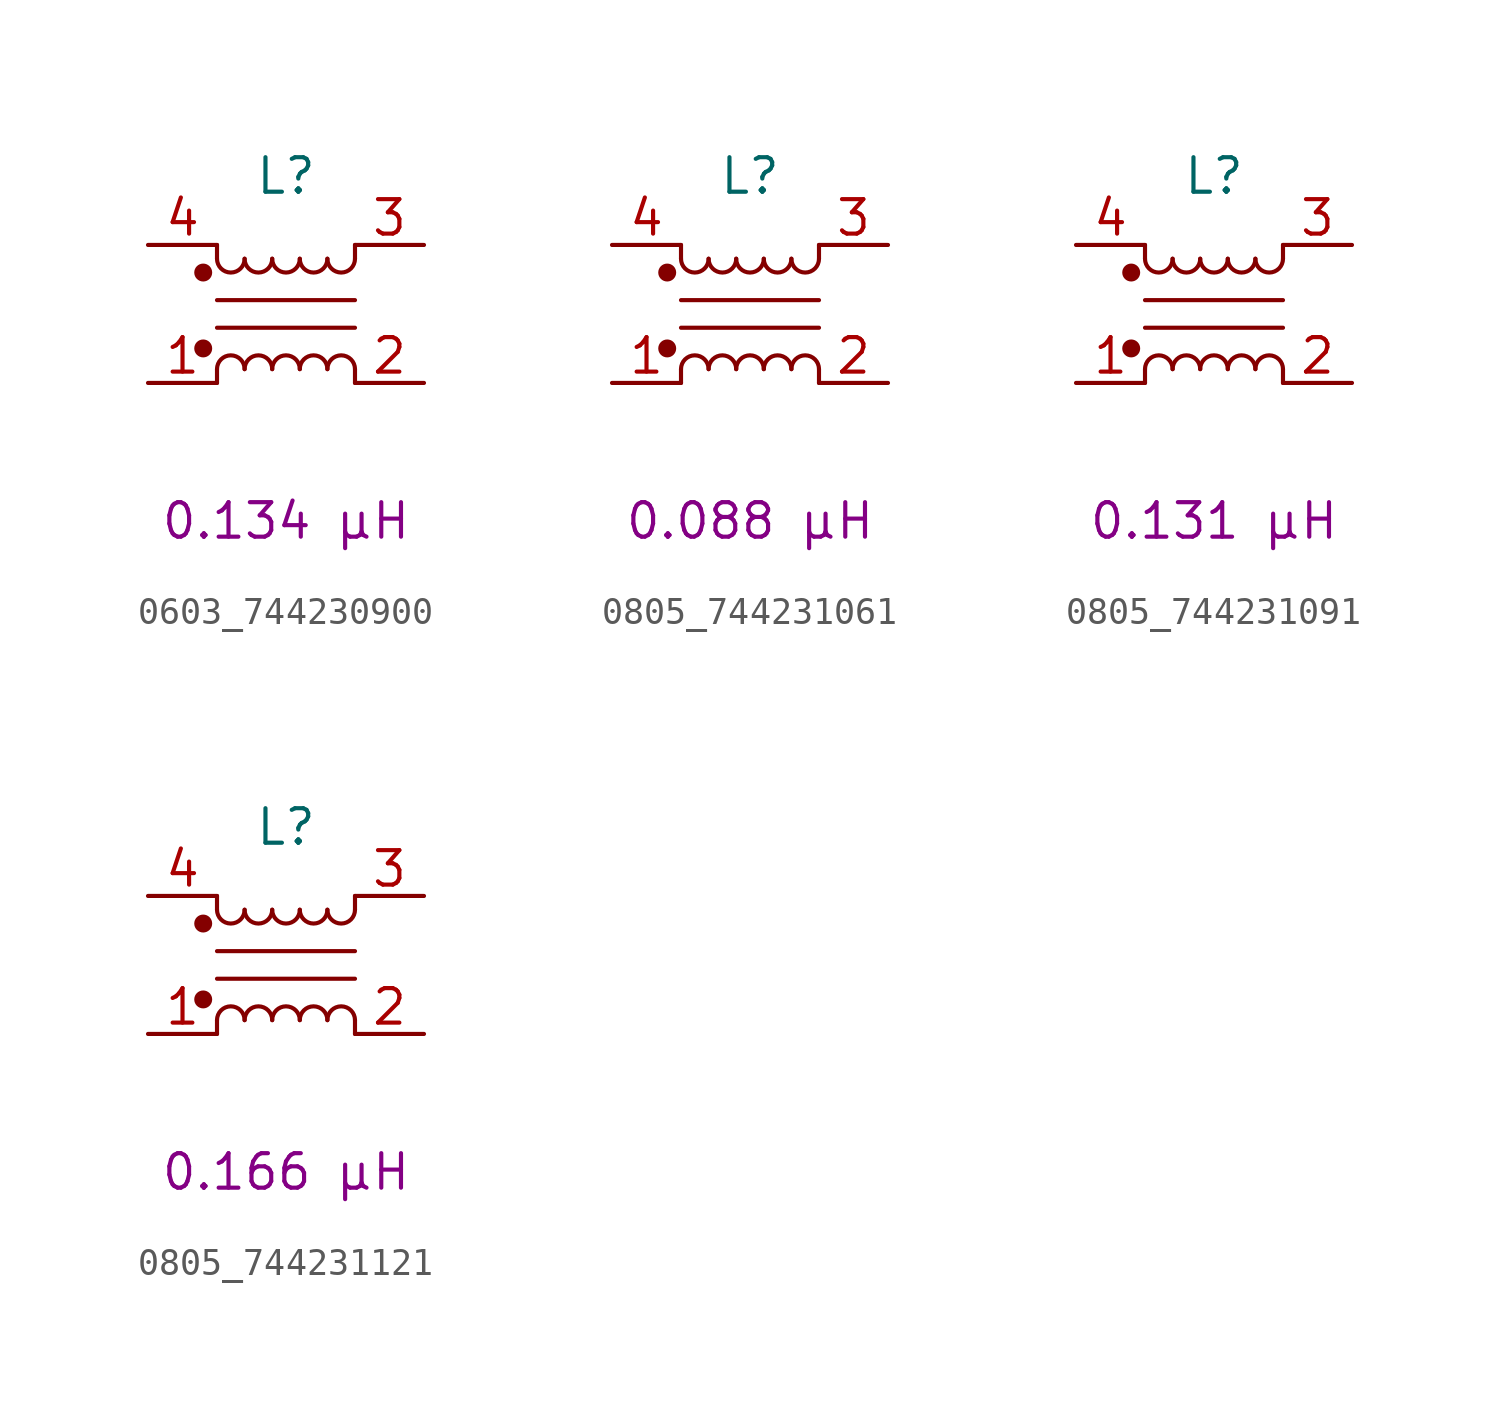
<source format=kicad_sym>
(kicad_symbol_lib
  (version 20220914)
  (generator kicad_symbol_editor)
  (symbol "0603_744230900"
    (pin_names hide)
    (property "Reference" "L"
      (at 0 5.08 0)
      (effects (font (size 1.27 1.27))))
    (property "Critical Parameter" "0.134 µH"
      (at 0 -7.62 0)
      (effects (font (size 1.27 1.27))))
    (symbol "0603_744230900_0_1"
      (circle (center -3.048 -1.27) (radius 0.254) (stroke (width 0) (type default)) (fill (type outline)))
      (circle (center -3.048 1.524) (radius 0.254) (stroke (width 0) (type default)) (fill (type outline)))
      (arc (start -2.54 2.032) (mid -2.032 1.5262) (end -1.524 2.032) (stroke (width 0) (type default)) (fill (type none)))
      (arc (start -1.524 -2.032) (mid -2.032 -1.5262) (end -2.54 -2.032) (stroke (width 0) (type default)) (fill (type none)))
      (arc (start -1.524 2.032) (mid -1.016 1.5262) (end -0.508 2.032) (stroke (width 0) (type default)) (fill (type none)))
      (arc (start -0.508 -2.032) (mid -1.016 -1.5262) (end -1.524 -2.032) (stroke (width 0) (type default)) (fill (type none)))
      (arc (start -0.508 2.032) (mid 0 1.5262) (end 0.508 2.032) (stroke (width 0) (type default)) (fill (type none)))
      (polyline (pts (xy -2.54 -2.032) (xy -2.54 -2.54)) (stroke (width 0) (type default)) (fill (type none)))
      (polyline (pts (xy -2.54 0.508) (xy 2.54 0.508)) (stroke (width 0) (type default)) (fill (type none)))
      (polyline (pts (xy -2.54 2.032) (xy -2.54 2.54)) (stroke (width 0) (type default)) (fill (type none)))
      (polyline (pts (xy 2.54 -2.032) (xy 2.54 -2.54)) (stroke (width 0) (type default)) (fill (type none)))
      (polyline (pts (xy 2.54 -0.508) (xy -2.54 -0.508)) (stroke (width 0) (type default)) (fill (type none)))
      (polyline (pts (xy 2.54 2.54) (xy 2.54 2.032)) (stroke (width 0) (type default)) (fill (type none)))
      (arc (start 0.508 -2.032) (mid 0 -1.5262) (end -0.508 -2.032) (stroke (width 0) (type default)) (fill (type none)))
      (arc (start 0.508 2.032) (mid 1.016 1.5262) (end 1.524 2.032) (stroke (width 0) (type default)) (fill (type none)))
      (arc (start 1.524 -2.032) (mid 1.016 -1.5262) (end 0.508 -2.032) (stroke (width 0) (type default)) (fill (type none)))
      (arc (start 1.524 2.032) (mid 2.032 1.5262) (end 2.54 2.032) (stroke (width 0) (type default)) (fill (type none)))
      (arc (start 2.54 -2.032) (mid 2.032 -1.5262) (end 1.524 -2.032) (stroke (width 0) (type default)) (fill (type none))))
    (symbol "0603_744230900_1_1"
      (pin passive line (at -5.08 -2.54 0) (length 2.54) (name "1" (effects (font (size 1.27 1.27)))) (number "1" (effects (font (size 1.27 1.27)))))
      (pin passive line (at 5.08 -2.54 180) (length 2.54) (name "2" (effects (font (size 1.27 1.27)))) (number "2" (effects (font (size 1.27 1.27)))))
      (pin passive line (at 5.08 2.54 180) (length 2.54) (name "3" (effects (font (size 1.27 1.27)))) (number "3" (effects (font (size 1.27 1.27)))))
      (pin passive line (at -5.08 2.54 0) (length 2.54) (name "4" (effects (font (size 1.27 1.27)))) (number "4" (effects (font (size 1.27 1.27)))))))
  (symbol "0805_744231061"
    (pin_names hide)
    (property "Reference" "L"
      (at 0 5.08 0)
      (effects (font (size 1.27 1.27))))
    (property "Critical Parameter" "0.088 µH"
      (at 0 -7.62 0)
      (effects (font (size 1.27 1.27))))
    (symbol "0805_744231061_0_1"
      (circle (center -3.048 -1.27) (radius 0.254) (stroke (width 0) (type default)) (fill (type outline)))
      (circle (center -3.048 1.524) (radius 0.254) (stroke (width 0) (type default)) (fill (type outline)))
      (arc (start -2.54 2.032) (mid -2.032 1.5262) (end -1.524 2.032) (stroke (width 0) (type default)) (fill (type none)))
      (arc (start -1.524 -2.032) (mid -2.032 -1.5262) (end -2.54 -2.032) (stroke (width 0) (type default)) (fill (type none)))
      (arc (start -1.524 2.032) (mid -1.016 1.5262) (end -0.508 2.032) (stroke (width 0) (type default)) (fill (type none)))
      (arc (start -0.508 -2.032) (mid -1.016 -1.5262) (end -1.524 -2.032) (stroke (width 0) (type default)) (fill (type none)))
      (arc (start -0.508 2.032) (mid 0 1.5262) (end 0.508 2.032) (stroke (width 0) (type default)) (fill (type none)))
      (polyline (pts (xy -2.54 -2.032) (xy -2.54 -2.54)) (stroke (width 0) (type default)) (fill (type none)))
      (polyline (pts (xy -2.54 0.508) (xy 2.54 0.508)) (stroke (width 0) (type default)) (fill (type none)))
      (polyline (pts (xy -2.54 2.032) (xy -2.54 2.54)) (stroke (width 0) (type default)) (fill (type none)))
      (polyline (pts (xy 2.54 -2.032) (xy 2.54 -2.54)) (stroke (width 0) (type default)) (fill (type none)))
      (polyline (pts (xy 2.54 -0.508) (xy -2.54 -0.508)) (stroke (width 0) (type default)) (fill (type none)))
      (polyline (pts (xy 2.54 2.54) (xy 2.54 2.032)) (stroke (width 0) (type default)) (fill (type none)))
      (arc (start 0.508 -2.032) (mid 0 -1.5262) (end -0.508 -2.032) (stroke (width 0) (type default)) (fill (type none)))
      (arc (start 0.508 2.032) (mid 1.016 1.5262) (end 1.524 2.032) (stroke (width 0) (type default)) (fill (type none)))
      (arc (start 1.524 -2.032) (mid 1.016 -1.5262) (end 0.508 -2.032) (stroke (width 0) (type default)) (fill (type none)))
      (arc (start 1.524 2.032) (mid 2.032 1.5262) (end 2.54 2.032) (stroke (width 0) (type default)) (fill (type none)))
      (arc (start 2.54 -2.032) (mid 2.032 -1.5262) (end 1.524 -2.032) (stroke (width 0) (type default)) (fill (type none))))
    (symbol "0805_744231061_1_1"
      (pin passive line (at -5.08 -2.54 0) (length 2.54) (name "1" (effects (font (size 1.27 1.27)))) (number "1" (effects (font (size 1.27 1.27)))))
      (pin passive line (at 5.08 -2.54 180) (length 2.54) (name "2" (effects (font (size 1.27 1.27)))) (number "2" (effects (font (size 1.27 1.27)))))
      (pin passive line (at 5.08 2.54 180) (length 2.54) (name "3" (effects (font (size 1.27 1.27)))) (number "3" (effects (font (size 1.27 1.27)))))
      (pin passive line (at -5.08 2.54 0) (length 2.54) (name "4" (effects (font (size 1.27 1.27)))) (number "4" (effects (font (size 1.27 1.27)))))))
  (symbol "0805_744231091"
    (pin_names hide)
    (property "Reference" "L"
      (at 0 5.08 0)
      (effects (font (size 1.27 1.27))))
    (property "Critical Parameter" "0.131 µH"
      (at 0 -7.62 0)
      (effects (font (size 1.27 1.27))))
    (symbol "0805_744231091_0_1"
      (circle (center -3.048 -1.27) (radius 0.254) (stroke (width 0) (type default)) (fill (type outline)))
      (circle (center -3.048 1.524) (radius 0.254) (stroke (width 0) (type default)) (fill (type outline)))
      (arc (start -2.54 2.032) (mid -2.032 1.5262) (end -1.524 2.032) (stroke (width 0) (type default)) (fill (type none)))
      (arc (start -1.524 -2.032) (mid -2.032 -1.5262) (end -2.54 -2.032) (stroke (width 0) (type default)) (fill (type none)))
      (arc (start -1.524 2.032) (mid -1.016 1.5262) (end -0.508 2.032) (stroke (width 0) (type default)) (fill (type none)))
      (arc (start -0.508 -2.032) (mid -1.016 -1.5262) (end -1.524 -2.032) (stroke (width 0) (type default)) (fill (type none)))
      (arc (start -0.508 2.032) (mid 0 1.5262) (end 0.508 2.032) (stroke (width 0) (type default)) (fill (type none)))
      (polyline (pts (xy -2.54 -2.032) (xy -2.54 -2.54)) (stroke (width 0) (type default)) (fill (type none)))
      (polyline (pts (xy -2.54 0.508) (xy 2.54 0.508)) (stroke (width 0) (type default)) (fill (type none)))
      (polyline (pts (xy -2.54 2.032) (xy -2.54 2.54)) (stroke (width 0) (type default)) (fill (type none)))
      (polyline (pts (xy 2.54 -2.032) (xy 2.54 -2.54)) (stroke (width 0) (type default)) (fill (type none)))
      (polyline (pts (xy 2.54 -0.508) (xy -2.54 -0.508)) (stroke (width 0) (type default)) (fill (type none)))
      (polyline (pts (xy 2.54 2.54) (xy 2.54 2.032)) (stroke (width 0) (type default)) (fill (type none)))
      (arc (start 0.508 -2.032) (mid 0 -1.5262) (end -0.508 -2.032) (stroke (width 0) (type default)) (fill (type none)))
      (arc (start 0.508 2.032) (mid 1.016 1.5262) (end 1.524 2.032) (stroke (width 0) (type default)) (fill (type none)))
      (arc (start 1.524 -2.032) (mid 1.016 -1.5262) (end 0.508 -2.032) (stroke (width 0) (type default)) (fill (type none)))
      (arc (start 1.524 2.032) (mid 2.032 1.5262) (end 2.54 2.032) (stroke (width 0) (type default)) (fill (type none)))
      (arc (start 2.54 -2.032) (mid 2.032 -1.5262) (end 1.524 -2.032) (stroke (width 0) (type default)) (fill (type none))))
    (symbol "0805_744231091_1_1"
      (pin passive line (at -5.08 -2.54 0) (length 2.54) (name "1" (effects (font (size 1.27 1.27)))) (number "1" (effects (font (size 1.27 1.27)))))
      (pin passive line (at 5.08 -2.54 180) (length 2.54) (name "2" (effects (font (size 1.27 1.27)))) (number "2" (effects (font (size 1.27 1.27)))))
      (pin passive line (at 5.08 2.54 180) (length 2.54) (name "3" (effects (font (size 1.27 1.27)))) (number "3" (effects (font (size 1.27 1.27)))))
      (pin passive line (at -5.08 2.54 0) (length 2.54) (name "4" (effects (font (size 1.27 1.27)))) (number "4" (effects (font (size 1.27 1.27)))))))
  (symbol "0805_744231121"
    (pin_names hide)
    (property "Reference" "L"
      (at 0 5.08 0)
      (effects (font (size 1.27 1.27))))
    (property "Critical Parameter" "0.166 µH"
      (at 0 -7.62 0)
      (effects (font (size 1.27 1.27))))
    (symbol "0805_744231121_0_1"
      (circle (center -3.048 -1.27) (radius 0.254) (stroke (width 0) (type default)) (fill (type outline)))
      (circle (center -3.048 1.524) (radius 0.254) (stroke (width 0) (type default)) (fill (type outline)))
      (arc (start -2.54 2.032) (mid -2.032 1.5262) (end -1.524 2.032) (stroke (width 0) (type default)) (fill (type none)))
      (arc (start -1.524 -2.032) (mid -2.032 -1.5262) (end -2.54 -2.032) (stroke (width 0) (type default)) (fill (type none)))
      (arc (start -1.524 2.032) (mid -1.016 1.5262) (end -0.508 2.032) (stroke (width 0) (type default)) (fill (type none)))
      (arc (start -0.508 -2.032) (mid -1.016 -1.5262) (end -1.524 -2.032) (stroke (width 0) (type default)) (fill (type none)))
      (arc (start -0.508 2.032) (mid 0 1.5262) (end 0.508 2.032) (stroke (width 0) (type default)) (fill (type none)))
      (polyline (pts (xy -2.54 -2.032) (xy -2.54 -2.54)) (stroke (width 0) (type default)) (fill (type none)))
      (polyline (pts (xy -2.54 0.508) (xy 2.54 0.508)) (stroke (width 0) (type default)) (fill (type none)))
      (polyline (pts (xy -2.54 2.032) (xy -2.54 2.54)) (stroke (width 0) (type default)) (fill (type none)))
      (polyline (pts (xy 2.54 -2.032) (xy 2.54 -2.54)) (stroke (width 0) (type default)) (fill (type none)))
      (polyline (pts (xy 2.54 -0.508) (xy -2.54 -0.508)) (stroke (width 0) (type default)) (fill (type none)))
      (polyline (pts (xy 2.54 2.54) (xy 2.54 2.032)) (stroke (width 0) (type default)) (fill (type none)))
      (arc (start 0.508 -2.032) (mid 0 -1.5262) (end -0.508 -2.032) (stroke (width 0) (type default)) (fill (type none)))
      (arc (start 0.508 2.032) (mid 1.016 1.5262) (end 1.524 2.032) (stroke (width 0) (type default)) (fill (type none)))
      (arc (start 1.524 -2.032) (mid 1.016 -1.5262) (end 0.508 -2.032) (stroke (width 0) (type default)) (fill (type none)))
      (arc (start 1.524 2.032) (mid 2.032 1.5262) (end 2.54 2.032) (stroke (width 0) (type default)) (fill (type none)))
      (arc (start 2.54 -2.032) (mid 2.032 -1.5262) (end 1.524 -2.032) (stroke (width 0) (type default)) (fill (type none))))
    (symbol "0805_744231121_1_1"
      (pin passive line (at -5.08 -2.54 0) (length 2.54) (name "1" (effects (font (size 1.27 1.27)))) (number "1" (effects (font (size 1.27 1.27)))))
      (pin passive line (at 5.08 -2.54 180) (length 2.54) (name "2" (effects (font (size 1.27 1.27)))) (number "2" (effects (font (size 1.27 1.27)))))
      (pin passive line (at 5.08 2.54 180) (length 2.54) (name "3" (effects (font (size 1.27 1.27)))) (number "3" (effects (font (size 1.27 1.27)))))
      (pin passive line (at -5.08 2.54 0) (length 2.54) (name "4" (effects (font (size 1.27 1.27)))) (number "4" (effects (font (size 1.27 1.27))))))))
</source>
